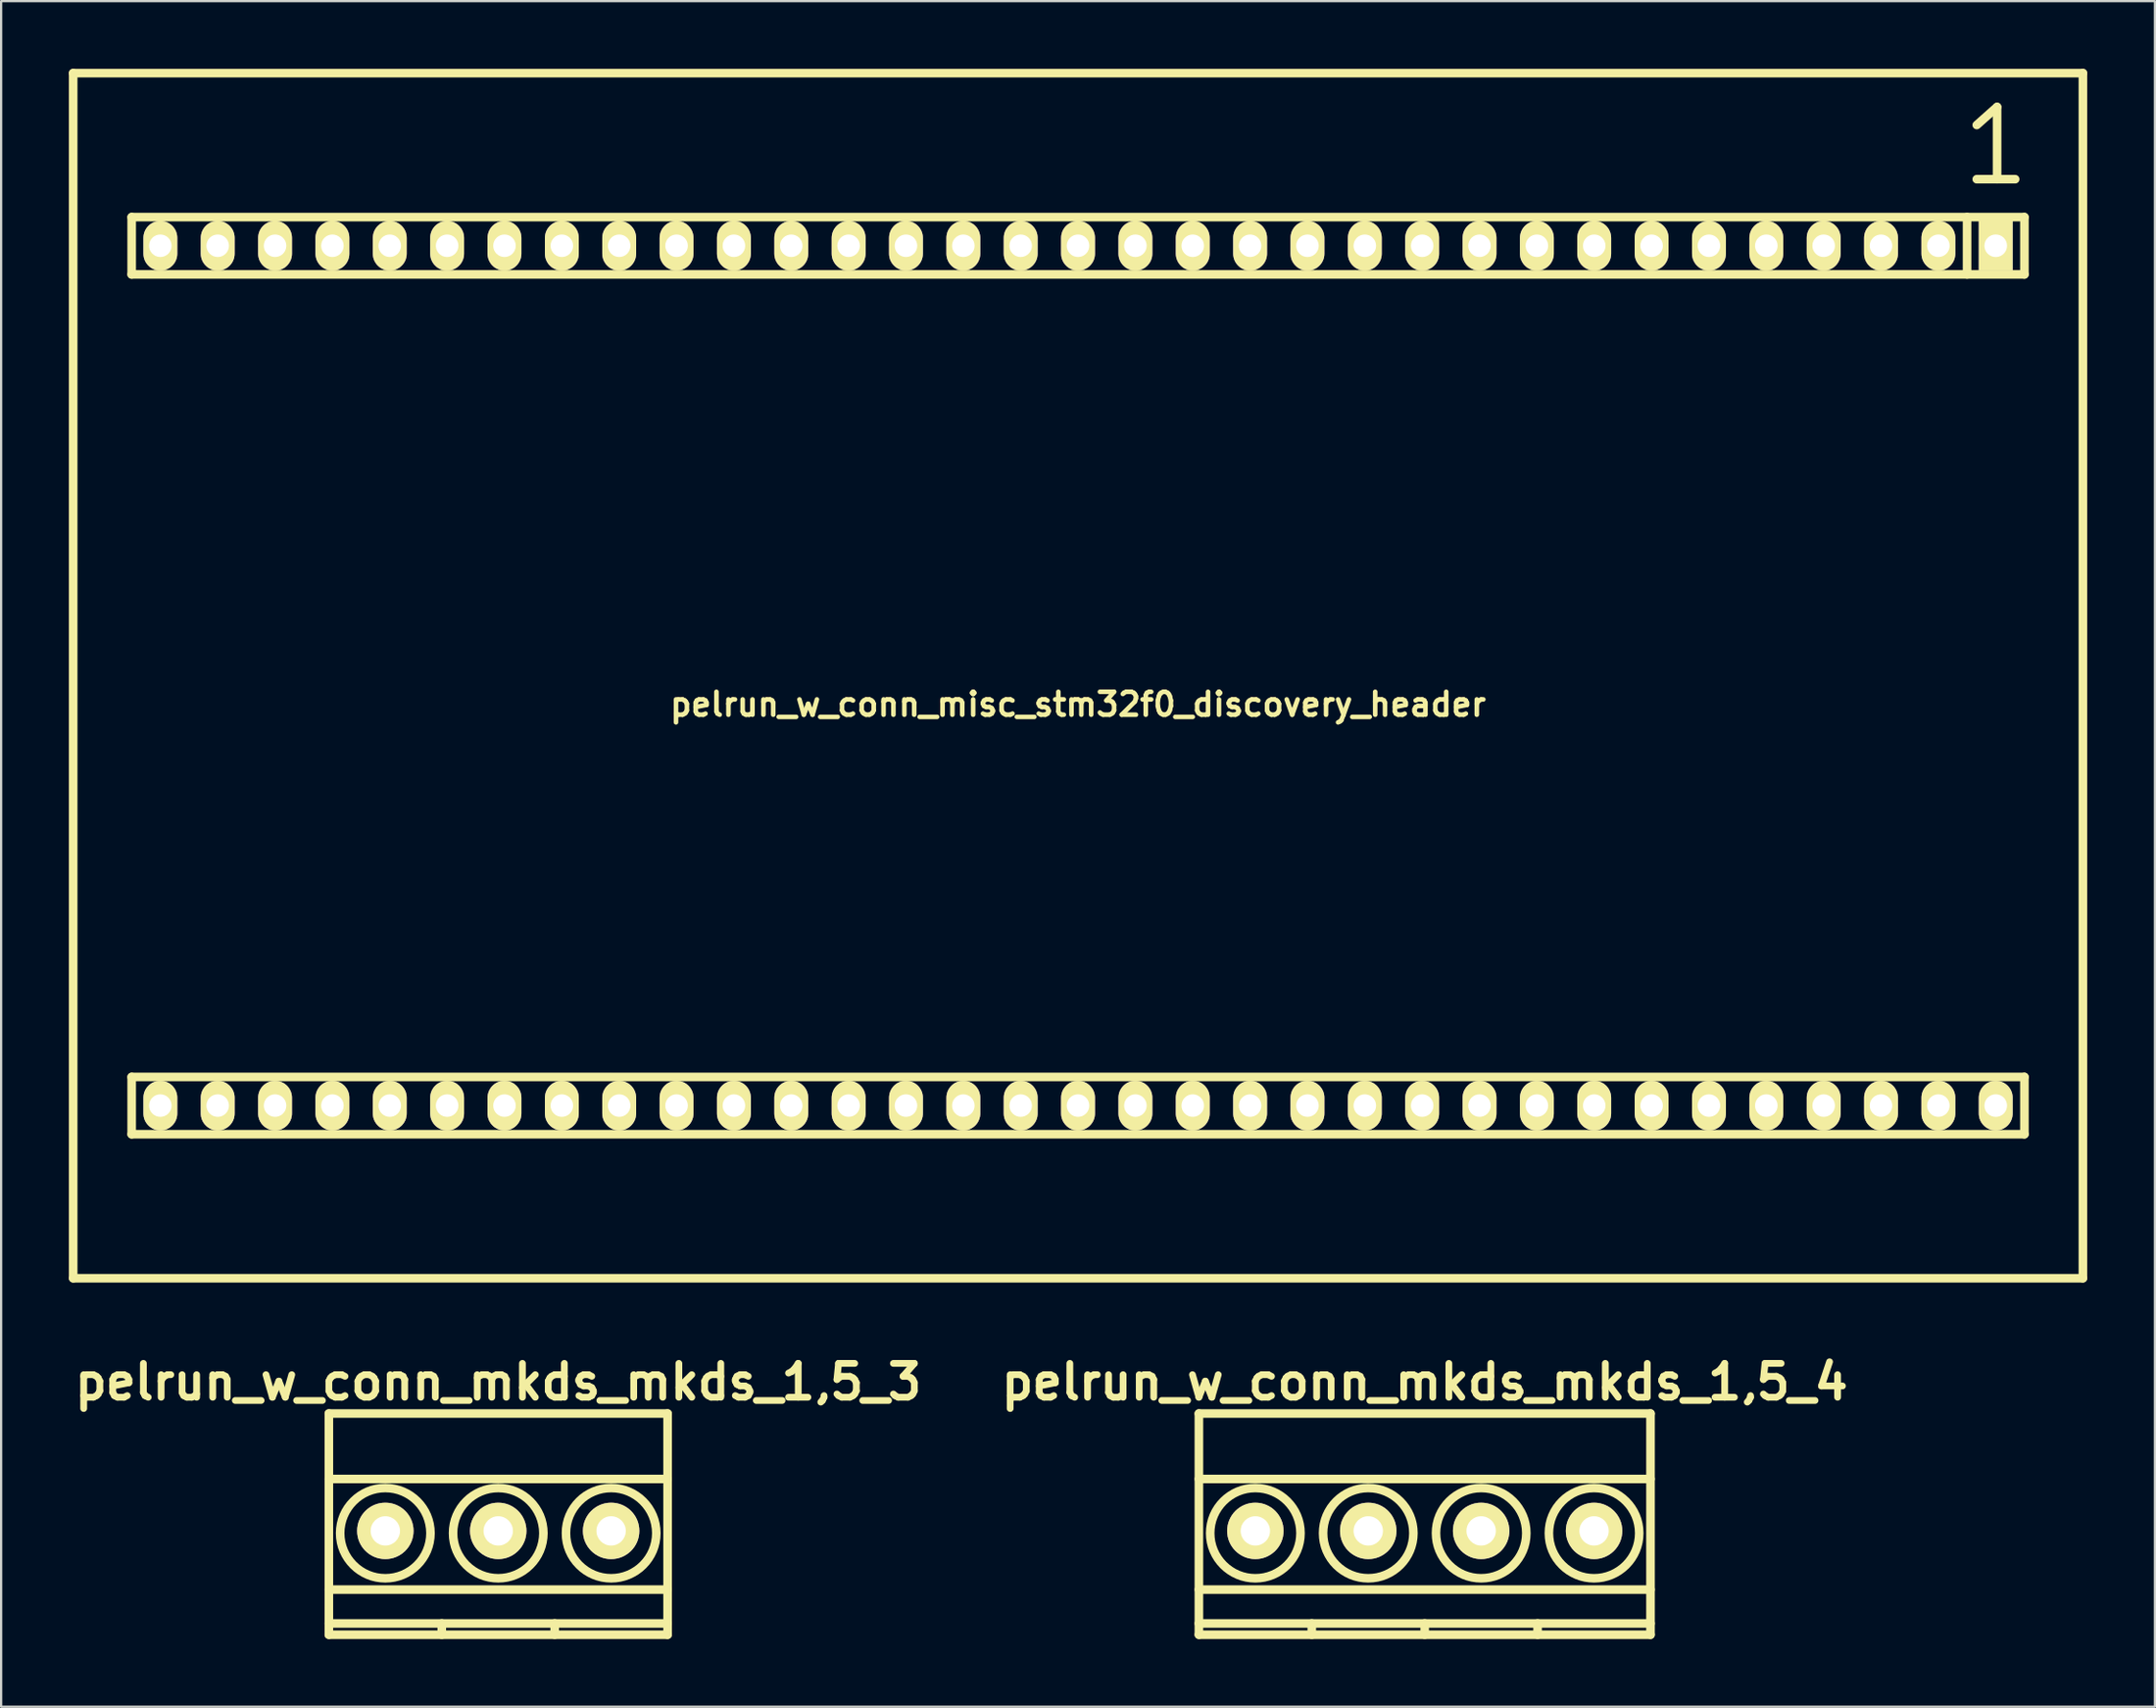
<source format=kicad_pcb>
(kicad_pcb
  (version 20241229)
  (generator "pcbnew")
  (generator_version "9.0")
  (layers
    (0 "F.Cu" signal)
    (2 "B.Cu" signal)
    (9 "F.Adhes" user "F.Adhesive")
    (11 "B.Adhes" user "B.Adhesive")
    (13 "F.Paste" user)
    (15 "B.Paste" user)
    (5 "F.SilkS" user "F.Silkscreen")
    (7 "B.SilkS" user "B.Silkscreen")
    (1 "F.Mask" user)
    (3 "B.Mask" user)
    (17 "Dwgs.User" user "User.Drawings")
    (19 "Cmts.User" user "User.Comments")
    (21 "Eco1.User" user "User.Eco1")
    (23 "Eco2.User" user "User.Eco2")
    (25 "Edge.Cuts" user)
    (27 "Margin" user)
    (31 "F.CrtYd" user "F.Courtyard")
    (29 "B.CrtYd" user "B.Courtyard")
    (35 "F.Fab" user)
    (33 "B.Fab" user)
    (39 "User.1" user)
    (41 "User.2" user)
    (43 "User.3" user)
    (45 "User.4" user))
  (footprint "pelrun_w_conn_mkds_mkds_1,5_3"
    (layer "F.Cu")
    (at 19.014 64.785)
    (property "Reference" "pelrun_w_conn_mkds_mkds_1,5_3" (at 0 -6.6 0) (layer "F.SilkS") (effects (font (size 1.5 1.5) (thickness 0.3))))
    (attr through_hole)
    (fp_line (start -7.5 -5.2) (end -7.5 4.6) (stroke (width 0.381) (type solid)) (layer "F.SilkS"))
    (fp_line (start -7.5 -2.3) (end 7.5 -2.3) (stroke (width 0.381) (type solid)) (layer "F.SilkS"))
    (fp_line (start -7.5 2.6) (end 7.5 2.6) (stroke (width 0.381) (type solid)) (layer "F.SilkS"))
    (fp_line (start -7.5 4.1) (end 7.5 4.1) (stroke (width 0.381) (type solid)) (layer "F.SilkS"))
    (fp_line (start -7.5 4.6) (end 7.5 4.6) (stroke (width 0.381) (type solid)) (layer "F.SilkS"))
    (fp_line (start -2.5 4.1) (end -2.5 4.6) (stroke (width 0.381) (type solid)) (layer "F.SilkS"))
    (fp_line (start 2.5 4.1) (end 2.5 4.6) (stroke (width 0.381) (type solid)) (layer "F.SilkS"))
    (fp_line (start 7.5 -5.2) (end -7.5 -5.2) (stroke (width 0.381) (type solid)) (layer "F.SilkS"))
    (fp_line (start 7.5 4.6) (end 7.5 -5.2) (stroke (width 0.381) (type solid)) (layer "F.SilkS"))
    (fp_circle (center -5 0.1) (end -3 0.1) (stroke (width 0.381) (type solid)) (fill no) (layer "F.SilkS"))
    (fp_circle (center 0 0.1) (end -2 0.1) (stroke (width 0.381) (type solid)) (fill no) (layer "F.SilkS"))
    (fp_circle (center 5 0.1) (end 3 0.1) (stroke (width 0.381) (type solid)) (fill no) (layer "F.SilkS"))
    (pad "1" thru_hole circle (at -5 0) (size 2.5 2.5) (drill 1.3) (layers "*.Cu" "*.Mask" "F.SilkS"))
    (pad "2" thru_hole circle (at 0 0) (size 2.5 2.5) (drill 1.3) (layers "*.Cu" "*.Mask" "F.SilkS"))
    (pad "3" thru_hole circle (at 5 0) (size 2.5 2.5) (drill 1.3) (layers "*.Cu" "*.Mask" "F.SilkS")))
  (footprint "pelrun_w_conn_misc_stm32f0_discovery_header"
    (layer "F.Cu")
    (at 44.691 26.89)
    (property "Reference" "pelrun_w_conn_misc_stm32f0_discovery_header" (at 0 1.27 0) (layer "F.SilkS") (effects (font (size 1.016 1.016) (thickness 0.203))))
    (attr through_hole)
    (fp_line (start -44.5 26.7) (end -44.5 -26.7) (stroke (width 0.381) (type solid)) (layer "F.SilkS"))
    (fp_line (start -44.5 26.7) (end 44.5 26.7) (stroke (width 0.381) (type solid)) (layer "F.SilkS"))
    (fp_line (start -41.91 -20.32) (end -41.91 -17.78) (stroke (width 0.381) (type solid)) (layer "F.SilkS"))
    (fp_line (start -41.91 -20.32) (end 41.91 -20.32) (stroke (width 0.381) (type solid)) (layer "F.SilkS"))
    (fp_line (start -41.91 -17.78) (end 41.91 -17.78) (stroke (width 0.381) (type solid)) (layer "F.SilkS"))
    (fp_line (start -41.91 17.78) (end -41.91 20.32) (stroke (width 0.381) (type solid)) (layer "F.SilkS"))
    (fp_line (start -41.91 17.78) (end 41.91 17.78) (stroke (width 0.381) (type solid)) (layer "F.SilkS"))
    (fp_line (start -41.91 20.32) (end 41.91 20.32) (stroke (width 0.381) (type solid)) (layer "F.SilkS"))
    (fp_line (start 39.37 -20.32) (end 39.37 -17.78) (stroke (width 0.381) (type solid)) (layer "F.SilkS"))
    (fp_line (start 39.8 -22) (end 41.5 -22) (stroke (width 0.381) (type solid)) (layer "F.SilkS"))
    (fp_line (start 40.7 -25.2) (end 39.8 -24.4) (stroke (width 0.381) (type solid)) (layer "F.SilkS"))
    (fp_line (start 40.7 -22) (end 40.7 -25.2) (stroke (width 0.381) (type solid)) (layer "F.SilkS"))
    (fp_line (start 41.91 -20.32) (end 41.91 -17.78) (stroke (width 0.381) (type solid)) (layer "F.SilkS"))
    (fp_line (start 41.91 17.78) (end 41.91 20.32) (stroke (width 0.381) (type solid)) (layer "F.SilkS"))
    (fp_line (start 44.5 -26.7) (end -44.5 -26.7) (stroke (width 0.381) (type solid)) (layer "F.SilkS"))
    (fp_line (start 44.5 26.7) (end 44.5 -26.7) (stroke (width 0.381) (type solid)) (layer "F.SilkS"))
    (pad "1" thru_hole rect (at 40.64 -19.05) (size 1.5 2.2) (drill 1.001) (layers "*.Cu" "*.Mask" "F.SilkS"))
    (pad "2" thru_hole oval (at 38.1 -19.05) (size 1.5 2.2) (drill 0.998) (layers "*.Cu" "*.Mask" "F.SilkS"))
    (pad "3" thru_hole oval (at 35.56 -19.05) (size 1.5 2.2) (drill 0.998) (layers "*.Cu" "*.Mask" "F.SilkS"))
    (pad "4" thru_hole oval (at 33.02 -19.05) (size 1.5 2.2) (drill 0.998) (layers "*.Cu" "*.Mask" "F.SilkS"))
    (pad "5" thru_hole oval (at 30.48 -19.05) (size 1.5 2.2) (drill 0.998) (layers "*.Cu" "*.Mask" "F.SilkS"))
    (pad "6" thru_hole oval (at 27.94 -19.05) (size 1.5 2.2) (drill 0.998) (layers "*.Cu" "*.Mask" "F.SilkS"))
    (pad "7" thru_hole oval (at 25.4 -19.05) (size 1.5 2.2) (drill 0.998) (layers "*.Cu" "*.Mask" "F.SilkS"))
    (pad "8" thru_hole oval (at 22.86 -19.05) (size 1.5 2.2) (drill 0.998) (layers "*.Cu" "*.Mask" "F.SilkS"))
    (pad "9" thru_hole oval (at 20.32 -19.05) (size 1.5 2.2) (drill 0.998) (layers "*.Cu" "*.Mask" "F.SilkS"))
    (pad "10" thru_hole oval (at 17.78 -19.05) (size 1.5 2.2) (drill 0.998) (layers "*.Cu" "*.Mask" "F.SilkS"))
    (pad "11" thru_hole oval (at 15.24 -19.05) (size 1.5 2.2) (drill 0.998) (layers "*.Cu" "*.Mask" "F.SilkS"))
    (pad "12" thru_hole oval (at 12.7 -19.05) (size 1.5 2.2) (drill 0.998) (layers "*.Cu" "*.Mask" "F.SilkS"))
    (pad "13" thru_hole oval (at 10.16 -19.05) (size 1.5 2.2) (drill 0.998) (layers "*.Cu" "*.Mask" "F.SilkS"))
    (pad "14" thru_hole oval (at 7.62 -19.05) (size 1.5 2.2) (drill 0.998) (layers "*.Cu" "*.Mask" "F.SilkS"))
    (pad "15" thru_hole oval (at 5.08 -19.05) (size 1.5 2.2) (drill 0.998) (layers "*.Cu" "*.Mask" "F.SilkS"))
    (pad "16" thru_hole oval (at 2.54 -19.05) (size 1.5 2.2) (drill 0.998) (layers "*.Cu" "*.Mask" "F.SilkS"))
    (pad "17" thru_hole oval (at 0 -19.05) (size 1.5 2.2) (drill 0.998) (layers "*.Cu" "*.Mask" "F.SilkS"))
    (pad "18" thru_hole oval (at -2.54 -19.05) (size 1.5 2.2) (drill 0.998) (layers "*.Cu" "*.Mask" "F.SilkS"))
    (pad "19" thru_hole oval (at -5.08 -19.05) (size 1.5 2.2) (drill 0.998) (layers "*.Cu" "*.Mask" "F.SilkS"))
    (pad "20" thru_hole oval (at -7.62 -19.05) (size 1.5 2.2) (drill 0.998) (layers "*.Cu" "*.Mask" "F.SilkS"))
    (pad "21" thru_hole oval (at -10.16 -19.05) (size 1.5 2.2) (drill 0.998) (layers "*.Cu" "*.Mask" "F.SilkS"))
    (pad "22" thru_hole oval (at -12.7 -19.05) (size 1.5 2.2) (drill 0.998) (layers "*.Cu" "*.Mask" "F.SilkS"))
    (pad "23" thru_hole oval (at -15.24 -19.05) (size 1.5 2.2) (drill 0.998) (layers "*.Cu" "*.Mask" "F.SilkS"))
    (pad "24" thru_hole oval (at -17.78 -19.05) (size 1.5 2.2) (drill 0.998) (layers "*.Cu" "*.Mask" "F.SilkS"))
    (pad "25" thru_hole oval (at -20.32 -19.05) (size 1.5 2.2) (drill 0.998) (layers "*.Cu" "*.Mask" "F.SilkS"))
    (pad "26" thru_hole oval (at -22.86 -19.05) (size 1.5 2.2) (drill 0.998) (layers "*.Cu" "*.Mask" "F.SilkS"))
    (pad "27" thru_hole oval (at -25.4 -19.05) (size 1.5 2.2) (drill 0.998) (layers "*.Cu" "*.Mask" "F.SilkS"))
    (pad "28" thru_hole oval (at -27.94 -19.05) (size 1.5 2.2) (drill 0.998) (layers "*.Cu" "*.Mask" "F.SilkS"))
    (pad "29" thru_hole oval (at -30.48 -19.05) (size 1.5 2.2) (drill 0.998) (layers "*.Cu" "*.Mask" "F.SilkS"))
    (pad "30" thru_hole oval (at -33.02 -19.05) (size 1.5 2.2) (drill 0.998) (layers "*.Cu" "*.Mask" "F.SilkS"))
    (pad "31" thru_hole oval (at -35.56 -19.05) (size 1.5 2.2) (drill 0.998) (layers "*.Cu" "*.Mask" "F.SilkS"))
    (pad "32" thru_hole oval (at -38.1 -19.05) (size 1.5 2.2) (drill 0.998) (layers "*.Cu" "*.Mask" "F.SilkS"))
    (pad "33" thru_hole oval (at -40.64 -19.05) (size 1.5 2.2) (drill 0.998) (layers "*.Cu" "*.Mask" "F.SilkS"))
    (pad "34" thru_hole oval (at -40.64 19.05) (size 1.5 2.2) (drill 0.998) (layers "*.Cu" "*.Mask" "F.SilkS"))
    (pad "35" thru_hole oval (at -38.1 19.05) (size 1.5 2.2) (drill 0.998) (layers "*.Cu" "*.Mask" "F.SilkS"))
    (pad "36" thru_hole oval (at -35.56 19.05) (size 1.5 2.2) (drill 0.998) (layers "*.Cu" "*.Mask" "F.SilkS"))
    (pad "37" thru_hole oval (at -33.02 19.05) (size 1.5 2.2) (drill 0.998) (layers "*.Cu" "*.Mask" "F.SilkS"))
    (pad "38" thru_hole oval (at -30.48 19.05) (size 1.5 2.2) (drill 0.998) (layers "*.Cu" "*.Mask" "F.SilkS"))
    (pad "39" thru_hole oval (at -27.94 19.05) (size 1.5 2.2) (drill 0.998) (layers "*.Cu" "*.Mask" "F.SilkS"))
    (pad "40" thru_hole oval (at -25.4 19.05) (size 1.5 2.2) (drill 0.998) (layers "*.Cu" "*.Mask" "F.SilkS"))
    (pad "41" thru_hole oval (at -22.86 19.05) (size 1.5 2.2) (drill 0.998) (layers "*.Cu" "*.Mask" "F.SilkS"))
    (pad "42" thru_hole oval (at -20.32 19.05) (size 1.5 2.2) (drill 0.998) (layers "*.Cu" "*.Mask" "F.SilkS"))
    (pad "43" thru_hole oval (at -17.78 19.05) (size 1.5 2.2) (drill 0.998) (layers "*.Cu" "*.Mask" "F.SilkS"))
    (pad "44" thru_hole oval (at -15.24 19.05) (size 1.5 2.2) (drill 0.998) (layers "*.Cu" "*.Mask" "F.SilkS"))
    (pad "45" thru_hole oval (at -12.7 19.05) (size 1.5 2.2) (drill 0.998) (layers "*.Cu" "*.Mask" "F.SilkS"))
    (pad "46" thru_hole oval (at -10.16 19.05) (size 1.5 2.2) (drill 0.998) (layers "*.Cu" "*.Mask" "F.SilkS"))
    (pad "47" thru_hole oval (at -7.62 19.05) (size 1.5 2.2) (drill 0.998) (layers "*.Cu" "*.Mask" "F.SilkS"))
    (pad "48" thru_hole oval (at -5.08 19.05) (size 1.5 2.2) (drill 0.998) (layers "*.Cu" "*.Mask" "F.SilkS"))
    (pad "49" thru_hole oval (at -2.54 19.05) (size 1.5 2.2) (drill 0.998) (layers "*.Cu" "*.Mask" "F.SilkS"))
    (pad "50" thru_hole oval (at 0 19.05) (size 1.5 2.2) (drill 0.998) (layers "*.Cu" "*.Mask" "F.SilkS"))
    (pad "51" thru_hole oval (at 2.54 19.05) (size 1.5 2.2) (drill 0.998) (layers "*.Cu" "*.Mask" "F.SilkS"))
    (pad "52" thru_hole oval (at 5.08 19.05) (size 1.5 2.2) (drill 0.998) (layers "*.Cu" "*.Mask" "F.SilkS"))
    (pad "53" thru_hole oval (at 7.62 19.05) (size 1.5 2.2) (drill 0.998) (layers "*.Cu" "*.Mask" "F.SilkS"))
    (pad "54" thru_hole oval (at 10.16 19.05) (size 1.5 2.2) (drill 0.998) (layers "*.Cu" "*.Mask" "F.SilkS"))
    (pad "55" thru_hole oval (at 12.7 19.05) (size 1.5 2.2) (drill 0.998) (layers "*.Cu" "*.Mask" "F.SilkS"))
    (pad "56" thru_hole oval (at 15.24 19.05) (size 1.5 2.2) (drill 0.998) (layers "*.Cu" "*.Mask" "F.SilkS"))
    (pad "57" thru_hole oval (at 17.78 19.05) (size 1.5 2.2) (drill 0.998) (layers "*.Cu" "*.Mask" "F.SilkS"))
    (pad "58" thru_hole oval (at 20.32 19.05) (size 1.5 2.2) (drill 0.998) (layers "*.Cu" "*.Mask" "F.SilkS"))
    (pad "59" thru_hole oval (at 22.86 19.05) (size 1.5 2.2) (drill 0.998) (layers "*.Cu" "*.Mask" "F.SilkS"))
    (pad "60" thru_hole oval (at 25.4 19.05) (size 1.5 2.2) (drill 0.998) (layers "*.Cu" "*.Mask" "F.SilkS"))
    (pad "61" thru_hole oval (at 27.94 19.05) (size 1.5 2.2) (drill 0.998) (layers "*.Cu" "*.Mask" "F.SilkS"))
    (pad "62" thru_hole oval (at 30.48 19.05) (size 1.5 2.2) (drill 0.998) (layers "*.Cu" "*.Mask" "F.SilkS"))
    (pad "63" thru_hole oval (at 33.02 19.05) (size 1.5 2.2) (drill 0.998) (layers "*.Cu" "*.Mask" "F.SilkS"))
    (pad "64" thru_hole oval (at 35.56 19.05) (size 1.5 2.2) (drill 0.998) (layers "*.Cu" "*.Mask" "F.SilkS"))
    (pad "65" thru_hole oval (at 38.1 19.05) (size 1.5 2.2) (drill 0.998) (layers "*.Cu" "*.Mask" "F.SilkS"))
    (pad "66" thru_hole oval (at 40.64 19.05) (size 1.5 2.2) (drill 1.001) (layers "*.Cu" "*.Mask" "F.SilkS")))
  (footprint "pelrun_w_conn_mkds_mkds_1,5_4"
    (layer "F.Cu")
    (at 60.043 64.785)
    (property "Reference" "pelrun_w_conn_mkds_mkds_1,5_4" (at 0 -6.6 0) (layer "F.SilkS") (effects (font (size 1.5 1.5) (thickness 0.3))))
    (attr through_hole)
    (fp_line (start -10 -5.2) (end -10 4.6) (stroke (width 0.381) (type solid)) (layer "F.SilkS"))
    (fp_line (start -10 -2.3) (end 10 -2.3) (stroke (width 0.381) (type solid)) (layer "F.SilkS"))
    (fp_line (start -10 2.6) (end 10 2.6) (stroke (width 0.381) (type solid)) (layer "F.SilkS"))
    (fp_line (start -10 4.1) (end 10 4.1) (stroke (width 0.381) (type solid)) (layer "F.SilkS"))
    (fp_line (start -10 4.6) (end 10 4.6) (stroke (width 0.381) (type solid)) (layer "F.SilkS"))
    (fp_line (start -5 4.1) (end -5 4.6) (stroke (width 0.381) (type solid)) (layer "F.SilkS"))
    (fp_line (start 0 4.1) (end 0 4.6) (stroke (width 0.381) (type solid)) (layer "F.SilkS"))
    (fp_line (start 5 4.1) (end 5 4.6) (stroke (width 0.381) (type solid)) (layer "F.SilkS"))
    (fp_line (start 10 -5.2) (end -10 -5.2) (stroke (width 0.381) (type solid)) (layer "F.SilkS"))
    (fp_line (start 10 4.6) (end 10 -5.2) (stroke (width 0.381) (type solid)) (layer "F.SilkS"))
    (fp_circle (center -7.5 0.1) (end -5.5 0.1) (stroke (width 0.381) (type solid)) (fill no) (layer "F.SilkS"))
    (fp_circle (center -2.5 0.1) (end -4.5 0.1) (stroke (width 0.381) (type solid)) (fill no) (layer "F.SilkS"))
    (fp_circle (center 2.5 0.1) (end 0.5 0.1) (stroke (width 0.381) (type solid)) (fill no) (layer "F.SilkS"))
    (fp_circle (center 7.5 0.1) (end 5.5 0.1) (stroke (width 0.381) (type solid)) (fill no) (layer "F.SilkS"))
    (pad "1" thru_hole circle (at -7.5 0) (size 2.5 2.5) (drill 1.3) (layers "*.Cu" "*.Mask" "F.SilkS"))
    (pad "2" thru_hole circle (at -2.5 0) (size 2.5 2.5) (drill 1.3) (layers "*.Cu" "*.Mask" "F.SilkS"))
    (pad "3" thru_hole circle (at 2.5 0) (size 2.5 2.5) (drill 1.3) (layers "*.Cu" "*.Mask" "F.SilkS"))
    (pad "4" thru_hole circle (at 7.5 0) (size 2.5 2.5) (drill 1.3) (layers "*.Cu" "*.Mask" "F.SilkS")))
  (gr_rect
    (start -3 -3)
    (end 92.381 72.576)
    (stroke (width 0.1) (type default))
    (fill no)
    (layer "Edge.Cuts")))
</source>
